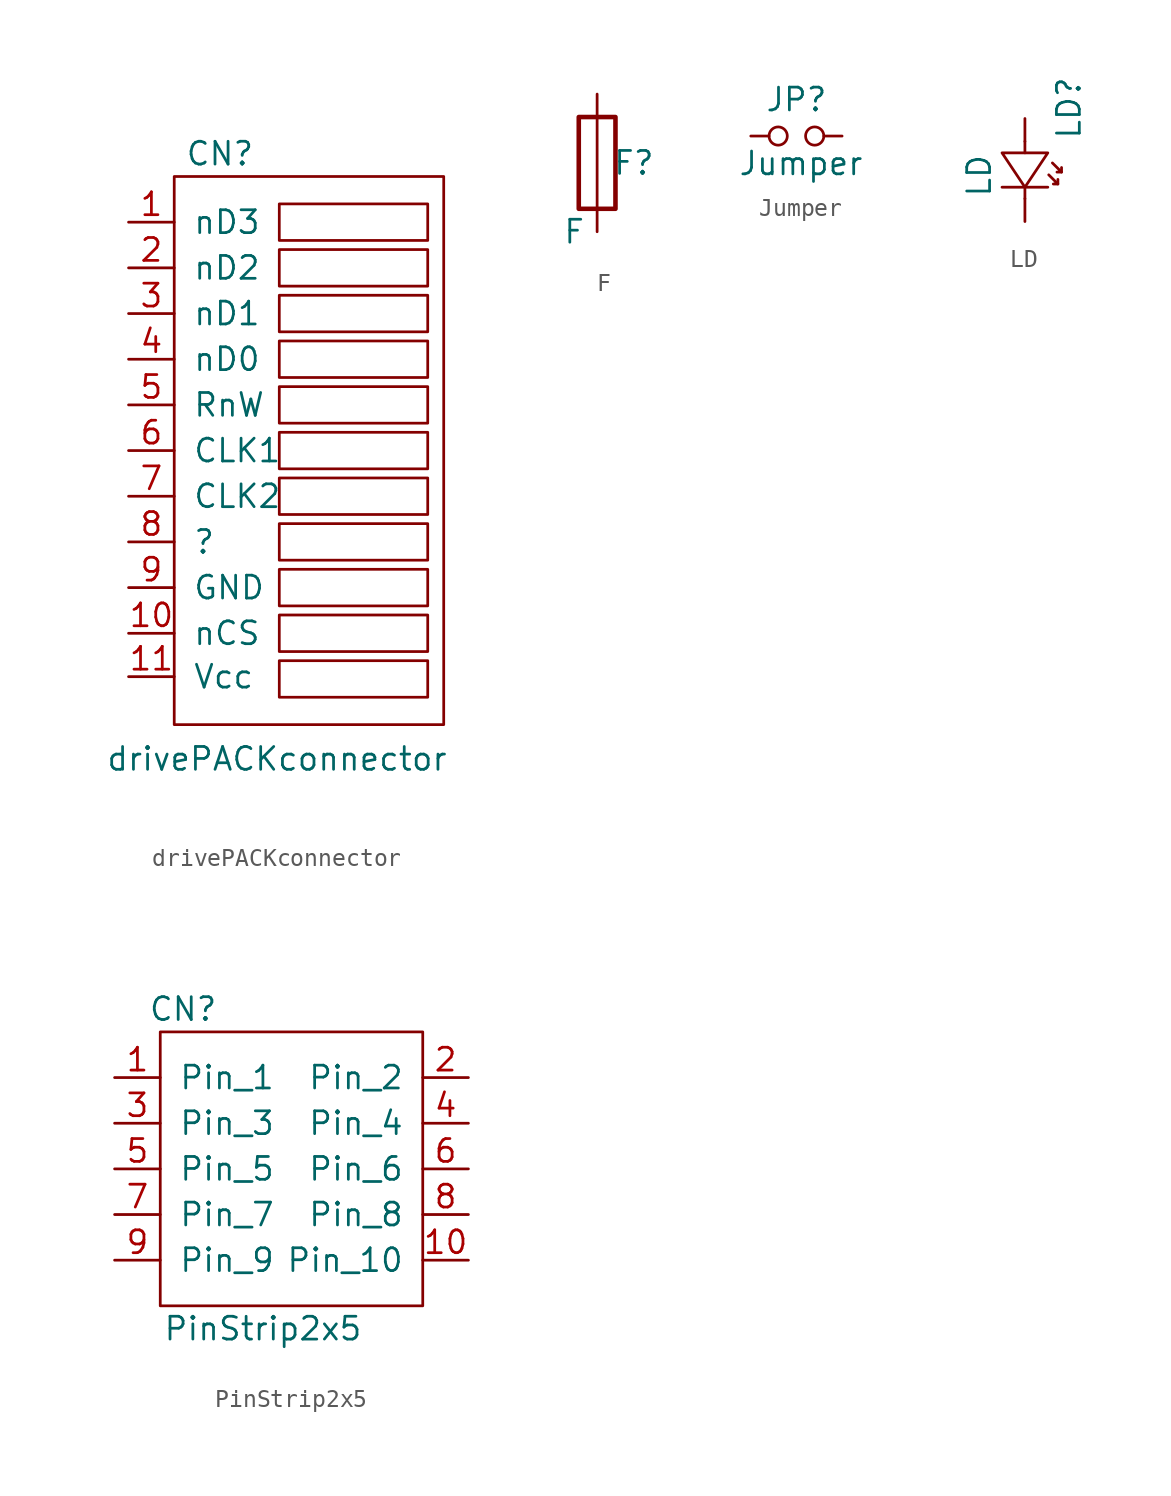
<source format=kicad_sym>
(kicad_symbol_lib
  (version 20211014)
  (generator kicad_symbol_editor)
  (symbol "drivePACKconnector"
    (pin_names
      (offset 1.016))
    (property "Reference" "CN"
      (at -6.223 17.78 0)
      (effects (font (size 1.27 1.27))))
    (property "Value" "drivePACKconnector"
      (at -3.048 -15.875 0)
      (effects (font (size 1.27 1.27))))
    (symbol "drivePACKconnector_0_1"
      (rectangle (start -8.763 16.51) (end 6.223 -13.97) (stroke (width 0) (type default) (color 0 0 0 0)) (fill (type none)))
      (rectangle (start -2.921 12.446) (end 5.334 10.414) (stroke (width 0) (type default) (color 0 0 0 0)) (fill (type none))))
    (symbol "drivePACKconnector_1_1"
      (rectangle (start -2.921 -10.414) (end 5.334 -12.446) (stroke (width 0) (type default) (color 0 0 0 0)) (fill (type none)))
      (rectangle (start -2.921 -7.874) (end 5.334 -9.906) (stroke (width 0) (type default) (color 0 0 0 0)) (fill (type none)))
      (rectangle (start -2.921 -5.334) (end 5.334 -7.366) (stroke (width 0) (type default) (color 0 0 0 0)) (fill (type none)))
      (rectangle (start -2.921 -2.794) (end 5.334 -4.826) (stroke (width 0) (type default) (color 0 0 0 0)) (fill (type none)))
      (rectangle (start -2.921 -0.254) (end 5.334 -2.286) (stroke (width 0) (type default) (color 0 0 0 0)) (fill (type none)))
      (rectangle (start -2.921 2.286) (end 5.334 0.254) (stroke (width 0) (type default) (color 0 0 0 0)) (fill (type none)))
      (rectangle (start -2.921 4.826) (end 5.334 2.794) (stroke (width 0) (type default) (color 0 0 0 0)) (fill (type none)))
      (rectangle (start -2.921 7.366) (end 5.334 5.334) (stroke (width 0) (type default) (color 0 0 0 0)) (fill (type none)))
      (rectangle (start -2.921 9.906) (end 5.334 7.874) (stroke (width 0) (type default) (color 0 0 0 0)) (fill (type none)))
      (rectangle (start -2.921 14.986) (end 5.334 12.954) (stroke (width 0) (type default) (color 0 0 0 0)) (fill (type none)))
      (pin passive line (at -11.303 13.97 0) (length 2.54) (name "nD3" (effects (font (size 1.27 1.27)))) (number "1" (effects (font (size 1.27 1.27)))))
      (pin passive line (at -11.303 -8.89 0) (length 2.54) (name "nCS" (effects (font (size 1.27 1.27)))) (number "10" (effects (font (size 1.27 1.27)))))
      (pin passive line (at -11.303 -11.303 0) (length 2.54) (name "Vcc" (effects (font (size 1.27 1.27)))) (number "11" (effects (font (size 1.27 1.27)))))
      (pin passive line (at -11.303 11.43 0) (length 2.54) (name "nD2" (effects (font (size 1.27 1.27)))) (number "2" (effects (font (size 1.27 1.27)))))
      (pin passive line (at -11.303 8.89 0) (length 2.54) (name "nD1" (effects (font (size 1.27 1.27)))) (number "3" (effects (font (size 1.27 1.27)))))
      (pin passive line (at -11.303 6.35 0) (length 2.54) (name "nD0" (effects (font (size 1.27 1.27)))) (number "4" (effects (font (size 1.27 1.27)))))
      (pin passive line (at -11.303 3.81 0) (length 2.54) (name "RnW" (effects (font (size 1.27 1.27)))) (number "5" (effects (font (size 1.27 1.27)))))
      (pin passive line (at -11.303 1.27 0) (length 2.54) (name "CLK1" (effects (font (size 1.27 1.27)))) (number "6" (effects (font (size 1.27 1.27)))))
      (pin passive line (at -11.303 -1.27 0) (length 2.54) (name "CLK2" (effects (font (size 1.27 1.27)))) (number "7" (effects (font (size 1.27 1.27)))))
      (pin passive line (at -11.303 -3.81 0) (length 2.54) (name "?" (effects (font (size 1.27 1.27)))) (number "8" (effects (font (size 1.27 1.27)))))
      (pin passive line (at -11.303 -6.35 0) (length 2.54) (name "GND" (effects (font (size 1.27 1.27)))) (number "9" (effects (font (size 1.27 1.27)))))))
  (symbol "F"
    (pin_numbers hide)
    (pin_names
      (offset 0))
    (property "Reference" "F"
      (at 2.032 0 0)
      (effects (font (size 1.27 1.27))))
    (property "Value" "F"
      (at -1.27 -3.81 0)
      (effects (font (size 1.27 1.27))))
    (symbol "F_0_1"
      (rectangle (start -1.016 -2.54) (end 1.016 2.54) (stroke (width 0.254) (type default) (color 0 0 0 0)) (fill (type none)))
      (polyline (pts (xy 0 2.54) (xy 0 -2.54)) (stroke (width 0) (type default) (color 0 0 0 0)) (fill (type none))))
    (symbol "F_1_1"
      (pin bidirectional line (at 0 3.81 270) (length 1.27) (name "~" (effects (font (size 1.27 1.27)))) (number "1" (effects (font (size 1.27 1.27)))))
      (pin bidirectional line (at 0 -3.81 90) (length 1.27) (name "~" (effects (font (size 1.27 1.27)))) (number "2" (effects (font (size 1.27 1.27)))))))
  (symbol "Jumper"
    (pin_numbers hide)
    (pin_names
      (offset 0.762) hide)
    (property "Reference" "JP"
      (at 0 2.032 0)
      (effects (font (size 1.27 1.27))))
    (property "Value" "Jumper"
      (at 0.254 -1.524 0)
      (effects (font (size 1.27 1.27))))
    (symbol "Jumper_0_1"
      (circle (center -1.016 0) (radius 0.508) (stroke (width 0) (type default) (color 0 0 0 0)) (fill (type none)))
      (circle (center 1.016 0) (radius 0.508) (stroke (width 0) (type default) (color 0 0 0 0)) (fill (type none)))
      (pin passive line (at -2.54 0 0) (length 1.016) (name "1" (effects (font (size 1.27 1.27)))) (number "1" (effects (font (size 1.27 1.27)))))
      (pin passive line (at 2.54 0 180) (length 1.016) (name "2" (effects (font (size 1.27 1.27)))) (number "2" (effects (font (size 1.27 1.27)))))))
  (symbol "LD"
    (pin_numbers hide)
    (pin_names
      (offset 0))
    (property "Reference" "LD"
      (at 2.438 5.029 90)
      (effects (font (size 1.27 1.27))))
    (property "Value" "LD"
      (at -2.54 1.27 90)
      (effects (font (size 1.27 1.27))))
    (symbol "LD_0_1"
      (polyline (pts (xy -1.27 0.635) (xy 1.27 0.635)) (stroke (width 0) (type default) (color 0 0 0 0)) (fill (type none)))
      (polyline (pts (xy 0 0) (xy 0 0.635)) (stroke (width 0) (type default) (color 0 0 0 0)) (fill (type none)))
      (polyline (pts (xy 0 3.175) (xy 0 2.54)) (stroke (width 0) (type default) (color 0 0 0 0)) (fill (type none)))
      (polyline (pts (xy 1.829 0.813) (xy 1.829 1.067)) (stroke (width 0) (type default) (color 0 0 0 0)) (fill (type none)))
      (polyline (pts (xy 2.032 1.473) (xy 2.032 1.727)) (stroke (width 0) (type default) (color 0 0 0 0)) (fill (type none)))
      (polyline (pts (xy 1.321 1.321) (xy 1.829 0.813) (xy 1.575 0.813)) (stroke (width 0) (type default) (color 0 0 0 0)) (fill (type none)))
      (polyline (pts (xy 1.524 1.981) (xy 2.032 1.473) (xy 1.778 1.473)) (stroke (width 0) (type default) (color 0 0 0 0)) (fill (type none)))
      (polyline (pts (xy 1.27 2.54) (xy -1.27 2.54) (xy 0 0.635) (xy 1.27 2.54)) (stroke (width 0) (type default) (color 0 0 0 0)) (fill (type none))))
    (symbol "LD_1_1"
      (pin bidirectional line (at 0 4.445 270) (length 1.27) (name "~" (effects (font (size 1.27 1.27)))) (number "1" (effects (font (size 1.27 1.27)))))
      (pin bidirectional line (at 0 -1.27 90) (length 1.27) (name "~" (effects (font (size 1.27 1.27)))) (number "2" (effects (font (size 1.27 1.27)))))))
  (symbol "PinStrip2x5"
    (pin_names
      (offset 1.016))
    (property "Reference" "CN"
      (at -5.715 7.62 0)
      (effects (font (size 1.27 1.27))))
    (property "Value" "PinStrip2x5"
      (at -1.27 -10.16 0)
      (effects (font (size 1.27 1.27))))
    (symbol "PinStrip2x5_0_1"
      (rectangle (start -6.985 6.35) (end 7.62 -8.89) (stroke (width 0) (type default) (color 0 0 0 0)) (fill (type none))))
    (symbol "PinStrip2x5_1_1"
      (pin passive line (at -9.525 3.81 0) (length 2.54) (name "Pin_1" (effects (font (size 1.27 1.27)))) (number "1" (effects (font (size 1.27 1.27)))))
      (pin passive line (at 10.16 -6.35 180) (length 2.54) (name "Pin_10" (effects (font (size 1.27 1.27)))) (number "10" (effects (font (size 1.27 1.27)))))
      (pin passive line (at 10.16 3.81 180) (length 2.54) (name "Pin_2" (effects (font (size 1.27 1.27)))) (number "2" (effects (font (size 1.27 1.27)))))
      (pin passive line (at -9.525 1.27 0) (length 2.54) (name "Pin_3" (effects (font (size 1.27 1.27)))) (number "3" (effects (font (size 1.27 1.27)))))
      (pin passive line (at 10.16 1.27 180) (length 2.54) (name "Pin_4" (effects (font (size 1.27 1.27)))) (number "4" (effects (font (size 1.27 1.27)))))
      (pin passive line (at -9.525 -1.27 0) (length 2.54) (name "Pin_5" (effects (font (size 1.27 1.27)))) (number "5" (effects (font (size 1.27 1.27)))))
      (pin tri_state line (at 10.16 -1.27 180) (length 2.54) (name "Pin_6" (effects (font (size 1.27 1.27)))) (number "6" (effects (font (size 1.27 1.27)))))
      (pin passive line (at -9.525 -3.81 0) (length 2.54) (name "Pin_7" (effects (font (size 1.27 1.27)))) (number "7" (effects (font (size 1.27 1.27)))))
      (pin passive line (at 10.16 -3.81 180) (length 2.54) (name "Pin_8" (effects (font (size 1.27 1.27)))) (number "8" (effects (font (size 1.27 1.27)))))
      (pin passive line (at -9.525 -6.35 0) (length 2.54) (name "Pin_9" (effects (font (size 1.27 1.27)))) (number "9" (effects (font (size 1.27 1.27))))))))
</source>
